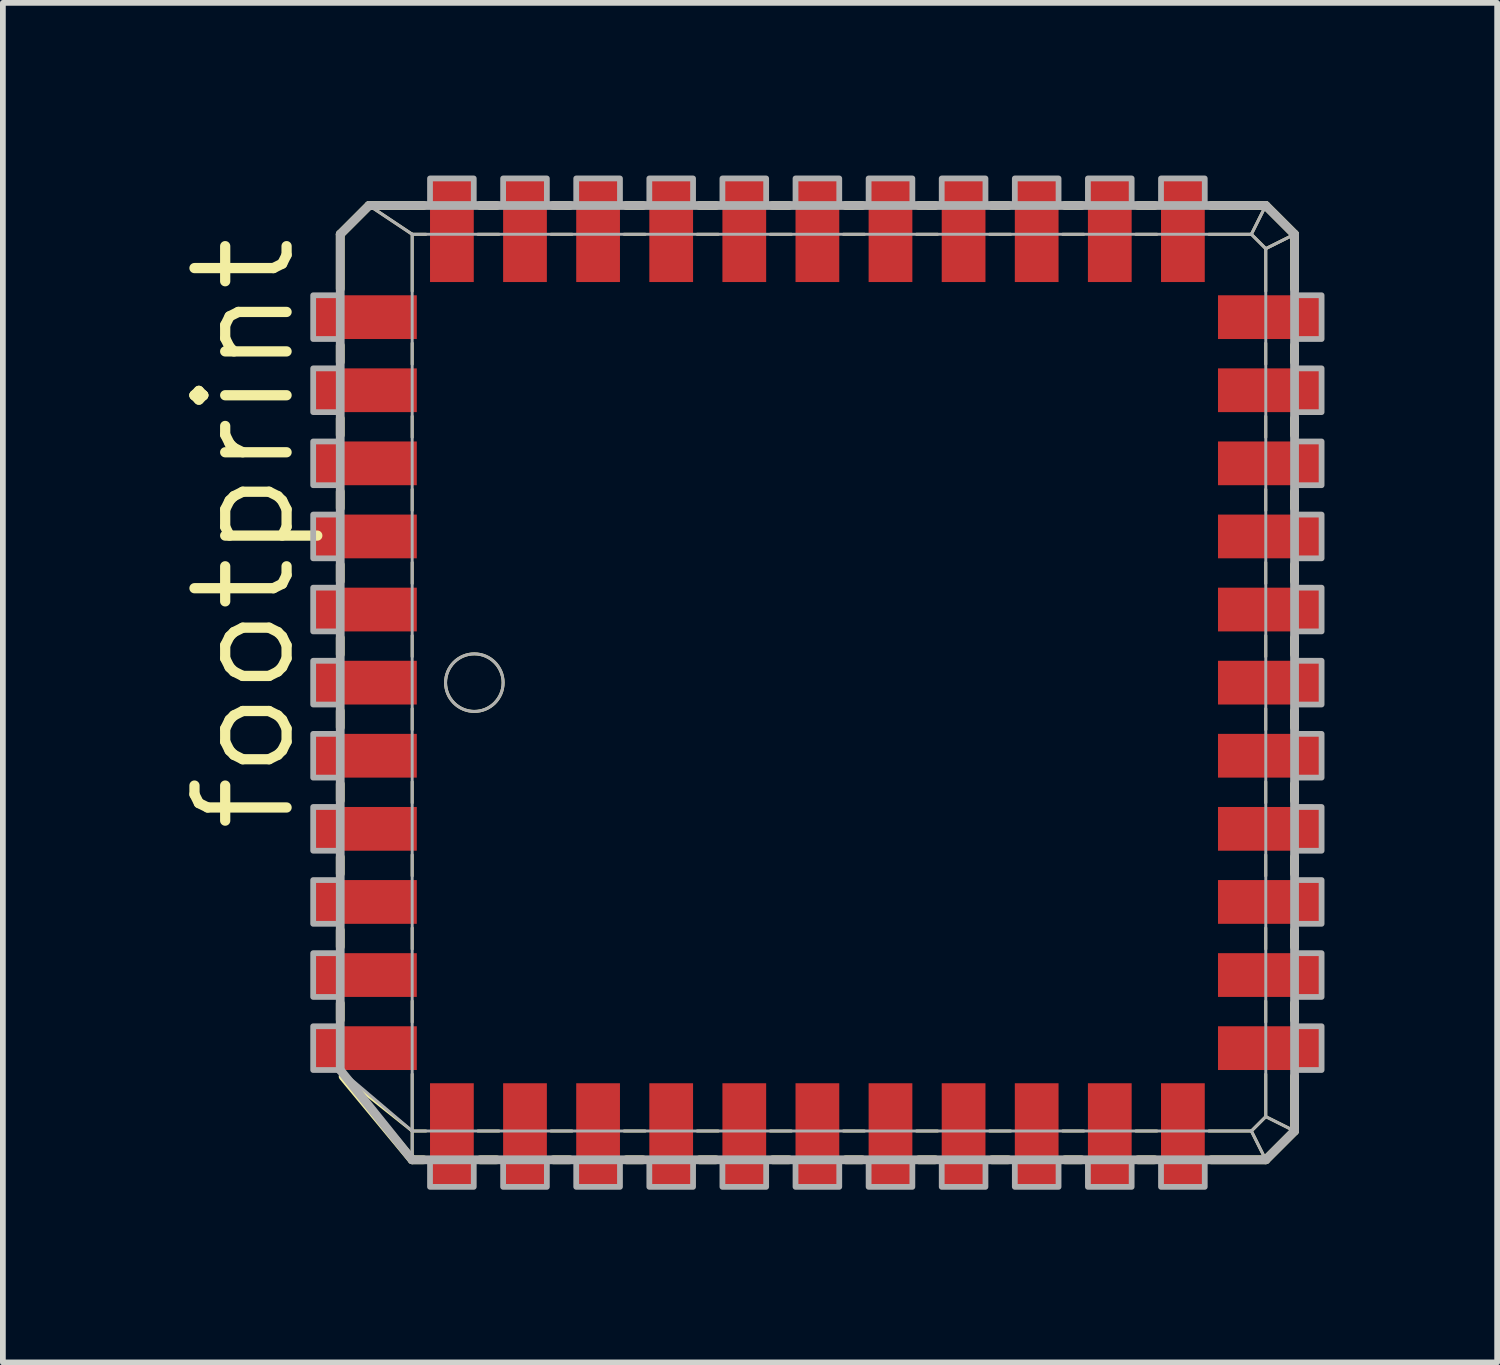
<source format=kicad_pcb>
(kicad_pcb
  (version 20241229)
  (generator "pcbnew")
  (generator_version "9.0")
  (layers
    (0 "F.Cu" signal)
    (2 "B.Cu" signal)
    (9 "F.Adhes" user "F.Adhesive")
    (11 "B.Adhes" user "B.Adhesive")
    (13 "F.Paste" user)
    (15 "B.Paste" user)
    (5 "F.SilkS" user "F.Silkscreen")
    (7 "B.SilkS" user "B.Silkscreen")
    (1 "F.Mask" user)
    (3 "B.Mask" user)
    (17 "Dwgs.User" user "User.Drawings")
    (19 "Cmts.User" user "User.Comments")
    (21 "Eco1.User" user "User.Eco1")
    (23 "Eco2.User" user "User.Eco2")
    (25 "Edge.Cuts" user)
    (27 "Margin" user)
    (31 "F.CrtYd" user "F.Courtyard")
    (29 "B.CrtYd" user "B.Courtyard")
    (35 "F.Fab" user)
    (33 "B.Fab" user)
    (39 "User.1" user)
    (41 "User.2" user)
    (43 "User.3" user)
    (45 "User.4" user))
  (footprint "footprint"
    (layer "F.Cu")
    (at 11.151 8.81)
    (property "Reference" "footprint" (at -9.017 2.667 90) (layer "F.SilkS") (effects (font (size 1.6 1.6) (thickness 0.178)) (justify left bottom)))
    (fp_line (start -8.29 -7.79) (end -7.79 -8.29) (stroke (width 0.152) (type solid)) (layer "F.SilkS"))
    (fp_line (start -8.29 -6.841) (end -8.29 -7.79) (stroke (width 0.152) (type solid)) (layer "F.SilkS"))
    (fp_line (start -8.29 -5.571) (end -8.29 -5.859) (stroke (width 0.152) (type solid)) (layer "F.SilkS"))
    (fp_line (start -8.29 -4.301) (end -8.29 -4.589) (stroke (width 0.152) (type solid)) (layer "F.SilkS"))
    (fp_line (start -8.29 -3.031) (end -8.29 -3.319) (stroke (width 0.152) (type solid)) (layer "F.SilkS"))
    (fp_line (start -8.29 -1.761) (end -8.29 -2.049) (stroke (width 0.152) (type solid)) (layer "F.SilkS"))
    (fp_line (start -8.29 -0.491) (end -8.29 -0.779) (stroke (width 0.152) (type solid)) (layer "F.SilkS"))
    (fp_line (start -8.29 0.779) (end -8.29 0.491) (stroke (width 0.152) (type solid)) (layer "F.SilkS"))
    (fp_line (start -8.29 2.049) (end -8.29 1.761) (stroke (width 0.152) (type solid)) (layer "F.SilkS"))
    (fp_line (start -8.29 3.319) (end -8.29 3.031) (stroke (width 0.152) (type solid)) (layer "F.SilkS"))
    (fp_line (start -8.29 4.589) (end -8.29 4.301) (stroke (width 0.152) (type solid)) (layer "F.SilkS"))
    (fp_line (start -8.29 5.859) (end -8.29 5.571) (stroke (width 0.152) (type solid)) (layer "F.SilkS"))
    (fp_line (start -7.79 -8.29) (end -7.04 -7.79) (stroke (width 0.051) (type solid)) (layer "F.SilkS"))
    (fp_line (start -7.79 -8.29) (end -6.841 -8.29) (stroke (width 0.152) (type solid)) (layer "F.SilkS"))
    (fp_line (start -7.04 -7.79) (end -6.801 -7.79) (stroke (width 0.051) (type solid)) (layer "F.SilkS"))
    (fp_line (start -7.04 -6.801) (end -7.04 -7.79) (stroke (width 0.051) (type solid)) (layer "F.SilkS"))
    (fp_line (start -7.04 -5.531) (end -7.04 -5.899) (stroke (width 0.051) (type solid)) (layer "F.SilkS"))
    (fp_line (start -7.04 -4.261) (end -7.04 -4.629) (stroke (width 0.051) (type solid)) (layer "F.SilkS"))
    (fp_line (start -7.04 -2.991) (end -7.04 -3.359) (stroke (width 0.051) (type solid)) (layer "F.SilkS"))
    (fp_line (start -7.04 -1.721) (end -7.04 -2.089) (stroke (width 0.051) (type solid)) (layer "F.SilkS"))
    (fp_line (start -7.04 -0.451) (end -7.04 -0.819) (stroke (width 0.051) (type solid)) (layer "F.SilkS"))
    (fp_line (start -7.04 0.819) (end -7.04 0.451) (stroke (width 0.051) (type solid)) (layer "F.SilkS"))
    (fp_line (start -7.04 2.089) (end -7.04 1.721) (stroke (width 0.051) (type solid)) (layer "F.SilkS"))
    (fp_line (start -7.04 3.359) (end -7.04 2.991) (stroke (width 0.051) (type solid)) (layer "F.SilkS"))
    (fp_line (start -7.04 4.629) (end -7.04 4.261) (stroke (width 0.051) (type solid)) (layer "F.SilkS"))
    (fp_line (start -7.04 5.899) (end -7.04 5.531) (stroke (width 0.051) (type solid)) (layer "F.SilkS"))
    (fp_line (start -7.04 7.79) (end -8.219 6.852) (stroke (width 0.051) (type solid)) (layer "F.SilkS"))
    (fp_line (start -7.04 7.79) (end -7.04 6.801) (stroke (width 0.051) (type solid)) (layer "F.SilkS"))
    (fp_line (start -7.04 8.29) (end -8.24 6.841) (stroke (width 0.152) (type solid)) (layer "F.SilkS"))
    (fp_line (start -7.04 8.29) (end -7.04 7.79) (stroke (width 0.051) (type solid)) (layer "F.SilkS"))
    (fp_line (start -6.841 8.29) (end -7.04 8.29) (stroke (width 0.152) (type solid)) (layer "F.SilkS"))
    (fp_line (start -6.801 7.79) (end -7.04 7.79) (stroke (width 0.051) (type solid)) (layer "F.SilkS"))
    (fp_line (start -5.899 -7.79) (end -5.531 -7.79) (stroke (width 0.051) (type solid)) (layer "F.SilkS"))
    (fp_line (start -5.859 -8.29) (end -5.571 -8.29) (stroke (width 0.152) (type solid)) (layer "F.SilkS"))
    (fp_line (start -5.571 8.29) (end -5.859 8.29) (stroke (width 0.152) (type solid)) (layer "F.SilkS"))
    (fp_line (start -5.531 7.79) (end -5.899 7.79) (stroke (width 0.051) (type solid)) (layer "F.SilkS"))
    (fp_line (start -4.629 -7.79) (end -4.261 -7.79) (stroke (width 0.051) (type solid)) (layer "F.SilkS"))
    (fp_line (start -4.589 -8.29) (end -4.301 -8.29) (stroke (width 0.152) (type solid)) (layer "F.SilkS"))
    (fp_line (start -4.301 8.29) (end -4.589 8.29) (stroke (width 0.152) (type solid)) (layer "F.SilkS"))
    (fp_line (start -4.261 7.79) (end -4.629 7.79) (stroke (width 0.051) (type solid)) (layer "F.SilkS"))
    (fp_line (start -3.359 -7.79) (end -2.991 -7.79) (stroke (width 0.051) (type solid)) (layer "F.SilkS"))
    (fp_line (start -3.319 -8.29) (end -3.031 -8.29) (stroke (width 0.152) (type solid)) (layer "F.SilkS"))
    (fp_line (start -3.031 8.29) (end -3.319 8.29) (stroke (width 0.152) (type solid)) (layer "F.SilkS"))
    (fp_line (start -2.991 7.79) (end -3.359 7.79) (stroke (width 0.051) (type solid)) (layer "F.SilkS"))
    (fp_line (start -2.089 -7.79) (end -1.721 -7.79) (stroke (width 0.051) (type solid)) (layer "F.SilkS"))
    (fp_line (start -2.049 -8.29) (end -1.761 -8.29) (stroke (width 0.152) (type solid)) (layer "F.SilkS"))
    (fp_line (start -1.761 8.29) (end -2.049 8.29) (stroke (width 0.152) (type solid)) (layer "F.SilkS"))
    (fp_line (start -1.721 7.79) (end -2.089 7.79) (stroke (width 0.051) (type solid)) (layer "F.SilkS"))
    (fp_line (start -0.819 -7.79) (end -0.451 -7.79) (stroke (width 0.051) (type solid)) (layer "F.SilkS"))
    (fp_line (start -0.779 -8.29) (end -0.491 -8.29) (stroke (width 0.152) (type solid)) (layer "F.SilkS"))
    (fp_line (start -0.491 8.29) (end -0.779 8.29) (stroke (width 0.152) (type solid)) (layer "F.SilkS"))
    (fp_line (start -0.451 7.79) (end -0.819 7.79) (stroke (width 0.051) (type solid)) (layer "F.SilkS"))
    (fp_line (start 0.451 -7.79) (end 0.819 -7.79) (stroke (width 0.051) (type solid)) (layer "F.SilkS"))
    (fp_line (start 0.491 -8.29) (end 0.779 -8.29) (stroke (width 0.152) (type solid)) (layer "F.SilkS"))
    (fp_line (start 0.779 8.29) (end 0.491 8.29) (stroke (width 0.152) (type solid)) (layer "F.SilkS"))
    (fp_line (start 0.819 7.79) (end 0.451 7.79) (stroke (width 0.051) (type solid)) (layer "F.SilkS"))
    (fp_line (start 1.721 -7.79) (end 2.089 -7.79) (stroke (width 0.051) (type solid)) (layer "F.SilkS"))
    (fp_line (start 1.761 -8.29) (end 2.049 -8.29) (stroke (width 0.152) (type solid)) (layer "F.SilkS"))
    (fp_line (start 2.049 8.29) (end 1.761 8.29) (stroke (width 0.152) (type solid)) (layer "F.SilkS"))
    (fp_line (start 2.089 7.79) (end 1.721 7.79) (stroke (width 0.051) (type solid)) (layer "F.SilkS"))
    (fp_line (start 2.991 -7.79) (end 3.359 -7.79) (stroke (width 0.051) (type solid)) (layer "F.SilkS"))
    (fp_line (start 3.031 -8.29) (end 3.319 -8.29) (stroke (width 0.152) (type solid)) (layer "F.SilkS"))
    (fp_line (start 3.319 8.29) (end 3.031 8.29) (stroke (width 0.152) (type solid)) (layer "F.SilkS"))
    (fp_line (start 3.359 7.79) (end 2.991 7.79) (stroke (width 0.051) (type solid)) (layer "F.SilkS"))
    (fp_line (start 4.261 -7.79) (end 4.629 -7.79) (stroke (width 0.051) (type solid)) (layer "F.SilkS"))
    (fp_line (start 4.301 -8.29) (end 4.589 -8.29) (stroke (width 0.152) (type solid)) (layer "F.SilkS"))
    (fp_line (start 4.589 8.29) (end 4.301 8.29) (stroke (width 0.152) (type solid)) (layer "F.SilkS"))
    (fp_line (start 4.629 7.79) (end 4.261 7.79) (stroke (width 0.051) (type solid)) (layer "F.SilkS"))
    (fp_line (start 5.531 -7.79) (end 5.899 -7.79) (stroke (width 0.051) (type solid)) (layer "F.SilkS"))
    (fp_line (start 5.571 -8.29) (end 5.859 -8.29) (stroke (width 0.152) (type solid)) (layer "F.SilkS"))
    (fp_line (start 5.859 8.29) (end 5.571 8.29) (stroke (width 0.152) (type solid)) (layer "F.SilkS"))
    (fp_line (start 5.899 7.79) (end 5.531 7.79) (stroke (width 0.051) (type solid)) (layer "F.SilkS"))
    (fp_line (start 6.801 -7.79) (end 7.54 -7.79) (stroke (width 0.051) (type solid)) (layer "F.SilkS"))
    (fp_line (start 6.841 -8.29) (end 7.79 -8.29) (stroke (width 0.152) (type solid)) (layer "F.SilkS"))
    (fp_line (start 7.54 -7.79) (end 7.79 -8.29) (stroke (width 0.051) (type solid)) (layer "F.SilkS"))
    (fp_line (start 7.54 -7.79) (end 7.79 -7.54) (stroke (width 0.051) (type solid)) (layer "F.SilkS"))
    (fp_line (start 7.54 7.79) (end 6.801 7.79) (stroke (width 0.051) (type solid)) (layer "F.SilkS"))
    (fp_line (start 7.79 -8.29) (end 8.29 -7.79) (stroke (width 0.152) (type solid)) (layer "F.SilkS"))
    (fp_line (start 7.79 -7.54) (end 7.79 -6.801) (stroke (width 0.051) (type solid)) (layer "F.SilkS"))
    (fp_line (start 7.79 -7.54) (end 8.29 -7.79) (stroke (width 0.051) (type solid)) (layer "F.SilkS"))
    (fp_line (start 7.79 -5.899) (end 7.79 -5.531) (stroke (width 0.051) (type solid)) (layer "F.SilkS"))
    (fp_line (start 7.79 -4.629) (end 7.79 -4.261) (stroke (width 0.051) (type solid)) (layer "F.SilkS"))
    (fp_line (start 7.79 -3.359) (end 7.79 -2.991) (stroke (width 0.051) (type solid)) (layer "F.SilkS"))
    (fp_line (start 7.79 -2.089) (end 7.79 -1.721) (stroke (width 0.051) (type solid)) (layer "F.SilkS"))
    (fp_line (start 7.79 -0.819) (end 7.79 -0.451) (stroke (width 0.051) (type solid)) (layer "F.SilkS"))
    (fp_line (start 7.79 0.451) (end 7.79 0.819) (stroke (width 0.051) (type solid)) (layer "F.SilkS"))
    (fp_line (start 7.79 1.721) (end 7.79 2.089) (stroke (width 0.051) (type solid)) (layer "F.SilkS"))
    (fp_line (start 7.79 2.991) (end 7.79 3.359) (stroke (width 0.051) (type solid)) (layer "F.SilkS"))
    (fp_line (start 7.79 4.261) (end 7.79 4.629) (stroke (width 0.051) (type solid)) (layer "F.SilkS"))
    (fp_line (start 7.79 5.531) (end 7.79 5.899) (stroke (width 0.051) (type solid)) (layer "F.SilkS"))
    (fp_line (start 7.79 6.801) (end 7.79 7.54) (stroke (width 0.051) (type solid)) (layer "F.SilkS"))
    (fp_line (start 7.79 7.54) (end 7.54 7.79) (stroke (width 0.051) (type solid)) (layer "F.SilkS"))
    (fp_line (start 7.79 8.29) (end 6.841 8.29) (stroke (width 0.152) (type solid)) (layer "F.SilkS"))
    (fp_line (start 7.79 8.29) (end 7.54 7.79) (stroke (width 0.051) (type solid)) (layer "F.SilkS"))
    (fp_line (start 8.29 -7.79) (end 8.29 -6.841) (stroke (width 0.152) (type solid)) (layer "F.SilkS"))
    (fp_line (start 8.29 -5.859) (end 8.29 -5.571) (stroke (width 0.152) (type solid)) (layer "F.SilkS"))
    (fp_line (start 8.29 -4.589) (end 8.29 -4.301) (stroke (width 0.152) (type solid)) (layer "F.SilkS"))
    (fp_line (start 8.29 -3.319) (end 8.29 -3.031) (stroke (width 0.152) (type solid)) (layer "F.SilkS"))
    (fp_line (start 8.29 -2.049) (end 8.29 -1.761) (stroke (width 0.152) (type solid)) (layer "F.SilkS"))
    (fp_line (start 8.29 -0.779) (end 8.29 -0.491) (stroke (width 0.152) (type solid)) (layer "F.SilkS"))
    (fp_line (start 8.29 0.491) (end 8.29 0.779) (stroke (width 0.152) (type solid)) (layer "F.SilkS"))
    (fp_line (start 8.29 1.761) (end 8.29 2.049) (stroke (width 0.152) (type solid)) (layer "F.SilkS"))
    (fp_line (start 8.29 3.031) (end 8.29 3.319) (stroke (width 0.152) (type solid)) (layer "F.SilkS"))
    (fp_line (start 8.29 4.301) (end 8.29 4.589) (stroke (width 0.152) (type solid)) (layer "F.SilkS"))
    (fp_line (start 8.29 5.571) (end 8.29 5.859) (stroke (width 0.152) (type solid)) (layer "F.SilkS"))
    (fp_line (start 8.29 6.841) (end 8.29 7.79) (stroke (width 0.152) (type solid)) (layer "F.SilkS"))
    (fp_line (start 8.29 7.79) (end 7.79 7.54) (stroke (width 0.051) (type solid)) (layer "F.SilkS"))
    (fp_line (start 8.29 7.79) (end 7.79 8.29) (stroke (width 0.152) (type solid)) (layer "F.SilkS"))
    (fp_circle (center -5.96 0) (end -5.46 0) (stroke (width 0.051) (type solid)) (fill no) (layer "F.SilkS"))
    (fp_line (start -8.29 -7.79) (end -7.79 -8.29) (stroke (width 0.152) (type solid)) (layer "F.Fab"))
    (fp_line (start -8.29 6.73) (end -8.29 -7.79) (stroke (width 0.152) (type solid)) (layer "F.Fab"))
    (fp_line (start -7.79 -8.29) (end -7.04 -7.79) (stroke (width 0.051) (type solid)) (layer "F.Fab"))
    (fp_line (start -7.79 -8.29) (end 7.79 -8.29) (stroke (width 0.152) (type solid)) (layer "F.Fab"))
    (fp_line (start -7.04 -7.79) (end 7.54 -7.79) (stroke (width 0.051) (type solid)) (layer "F.Fab"))
    (fp_line (start -7.04 7.79) (end -8.29 6.73) (stroke (width 0.051) (type solid)) (layer "F.Fab"))
    (fp_line (start -7.04 7.79) (end -7.04 -7.79) (stroke (width 0.051) (type solid)) (layer "F.Fab"))
    (fp_line (start -7.04 8.29) (end -8.29 6.73) (stroke (width 0.152) (type solid)) (layer "F.Fab"))
    (fp_line (start -7.04 8.29) (end -7.04 7.79) (stroke (width 0.051) (type solid)) (layer "F.Fab"))
    (fp_line (start 7.54 -7.79) (end 7.79 -8.29) (stroke (width 0.051) (type solid)) (layer "F.Fab"))
    (fp_line (start 7.54 -7.79) (end 7.79 -7.54) (stroke (width 0.051) (type solid)) (layer "F.Fab"))
    (fp_line (start 7.54 7.79) (end -7.04 7.79) (stroke (width 0.051) (type solid)) (layer "F.Fab"))
    (fp_line (start 7.79 -8.29) (end 8.29 -7.79) (stroke (width 0.152) (type solid)) (layer "F.Fab"))
    (fp_line (start 7.79 -7.54) (end 7.79 7.54) (stroke (width 0.051) (type solid)) (layer "F.Fab"))
    (fp_line (start 7.79 -7.54) (end 8.29 -7.79) (stroke (width 0.051) (type solid)) (layer "F.Fab"))
    (fp_line (start 7.79 7.54) (end 7.54 7.79) (stroke (width 0.051) (type solid)) (layer "F.Fab"))
    (fp_line (start 7.79 8.29) (end -7.04 8.29) (stroke (width 0.152) (type solid)) (layer "F.Fab"))
    (fp_line (start 7.79 8.29) (end 7.54 7.79) (stroke (width 0.051) (type solid)) (layer "F.Fab"))
    (fp_line (start 8.29 -7.79) (end 8.29 7.79) (stroke (width 0.152) (type solid)) (layer "F.Fab"))
    (fp_line (start 8.29 7.79) (end 7.79 7.54) (stroke (width 0.051) (type solid)) (layer "F.Fab"))
    (fp_line (start 8.29 7.79) (end 7.79 8.29) (stroke (width 0.152) (type solid)) (layer "F.Fab"))
    (fp_circle (center -5.96 0) (end -5.46 0) (stroke (width 0.051) (type solid)) (fill no) (layer "F.Fab"))
    (fp_poly (pts (xy -8.76 -5.97) (xy -8.29 -5.97) (xy -8.29 -6.73) (xy -8.76 -6.73)) (stroke (width 0.1) (type solid)) (fill no) (layer "F.Fab"))
    (fp_poly (pts (xy -8.76 -4.7) (xy -8.29 -4.7) (xy -8.29 -5.46) (xy -8.76 -5.46)) (stroke (width 0.1) (type solid)) (fill no) (layer "F.Fab"))
    (fp_poly (pts (xy -8.76 -3.43) (xy -8.29 -3.43) (xy -8.29 -4.19) (xy -8.76 -4.19)) (stroke (width 0.1) (type solid)) (fill no) (layer "F.Fab"))
    (fp_poly (pts (xy -8.76 -2.16) (xy -8.29 -2.16) (xy -8.29 -2.92) (xy -8.76 -2.92)) (stroke (width 0.1) (type solid)) (fill no) (layer "F.Fab"))
    (fp_poly (pts (xy -8.76 -0.89) (xy -8.29 -0.89) (xy -8.29 -1.65) (xy -8.76 -1.65)) (stroke (width 0.1) (type solid)) (fill no) (layer "F.Fab"))
    (fp_poly (pts (xy -8.76 0.38) (xy -8.29 0.38) (xy -8.29 -0.38) (xy -8.76 -0.38)) (stroke (width 0.1) (type solid)) (fill no) (layer "F.Fab"))
    (fp_poly (pts (xy -8.76 1.65) (xy -8.29 1.65) (xy -8.29 0.89) (xy -8.76 0.89)) (stroke (width 0.1) (type solid)) (fill no) (layer "F.Fab"))
    (fp_poly (pts (xy -8.76 2.92) (xy -8.29 2.92) (xy -8.29 2.16) (xy -8.76 2.16)) (stroke (width 0.1) (type solid)) (fill no) (layer "F.Fab"))
    (fp_poly (pts (xy -8.76 4.19) (xy -8.29 4.19) (xy -8.29 3.43) (xy -8.76 3.43)) (stroke (width 0.1) (type solid)) (fill no) (layer "F.Fab"))
    (fp_poly (pts (xy -8.76 5.46) (xy -8.29 5.46) (xy -8.29 4.7) (xy -8.76 4.7)) (stroke (width 0.1) (type solid)) (fill no) (layer "F.Fab"))
    (fp_poly (pts (xy -8.76 6.73) (xy -8.29 6.73) (xy -8.29 5.97) (xy -8.76 5.97)) (stroke (width 0.1) (type solid)) (fill no) (layer "F.Fab"))
    (fp_poly (pts (xy -6.73 -8.29) (xy -5.97 -8.29) (xy -5.97 -8.76) (xy -6.73 -8.76)) (stroke (width 0.1) (type solid)) (fill no) (layer "F.Fab"))
    (fp_poly (pts (xy -6.73 8.76) (xy -5.97 8.76) (xy -5.97 8.29) (xy -6.73 8.29)) (stroke (width 0.1) (type solid)) (fill no) (layer "F.Fab"))
    (fp_poly (pts (xy -5.46 -8.29) (xy -4.7 -8.29) (xy -4.7 -8.76) (xy -5.46 -8.76)) (stroke (width 0.1) (type solid)) (fill no) (layer "F.Fab"))
    (fp_poly (pts (xy -5.46 8.76) (xy -4.7 8.76) (xy -4.7 8.29) (xy -5.46 8.29)) (stroke (width 0.1) (type solid)) (fill no) (layer "F.Fab"))
    (fp_poly (pts (xy -4.19 -8.29) (xy -3.43 -8.29) (xy -3.43 -8.76) (xy -4.19 -8.76)) (stroke (width 0.1) (type solid)) (fill no) (layer "F.Fab"))
    (fp_poly (pts (xy -4.19 8.76) (xy -3.43 8.76) (xy -3.43 8.29) (xy -4.19 8.29)) (stroke (width 0.1) (type solid)) (fill no) (layer "F.Fab"))
    (fp_poly (pts (xy -2.92 -8.29) (xy -2.16 -8.29) (xy -2.16 -8.76) (xy -2.92 -8.76)) (stroke (width 0.1) (type solid)) (fill no) (layer "F.Fab"))
    (fp_poly (pts (xy -2.92 8.76) (xy -2.16 8.76) (xy -2.16 8.29) (xy -2.92 8.29)) (stroke (width 0.1) (type solid)) (fill no) (layer "F.Fab"))
    (fp_poly (pts (xy -1.65 -8.29) (xy -0.89 -8.29) (xy -0.89 -8.76) (xy -1.65 -8.76)) (stroke (width 0.1) (type solid)) (fill no) (layer "F.Fab"))
    (fp_poly (pts (xy -1.65 8.76) (xy -0.89 8.76) (xy -0.89 8.29) (xy -1.65 8.29)) (stroke (width 0.1) (type solid)) (fill no) (layer "F.Fab"))
    (fp_poly (pts (xy -0.38 -8.29) (xy 0.38 -8.29) (xy 0.38 -8.76) (xy -0.38 -8.76)) (stroke (width 0.1) (type solid)) (fill no) (layer "F.Fab"))
    (fp_poly (pts (xy -0.38 8.76) (xy 0.38 8.76) (xy 0.38 8.29) (xy -0.38 8.29)) (stroke (width 0.1) (type solid)) (fill no) (layer "F.Fab"))
    (fp_poly (pts (xy 0.89 -8.29) (xy 1.65 -8.29) (xy 1.65 -8.76) (xy 0.89 -8.76)) (stroke (width 0.1) (type solid)) (fill no) (layer "F.Fab"))
    (fp_poly (pts (xy 0.89 8.76) (xy 1.65 8.76) (xy 1.65 8.29) (xy 0.89 8.29)) (stroke (width 0.1) (type solid)) (fill no) (layer "F.Fab"))
    (fp_poly (pts (xy 2.16 -8.29) (xy 2.92 -8.29) (xy 2.92 -8.76) (xy 2.16 -8.76)) (stroke (width 0.1) (type solid)) (fill no) (layer "F.Fab"))
    (fp_poly (pts (xy 2.16 8.76) (xy 2.92 8.76) (xy 2.92 8.29) (xy 2.16 8.29)) (stroke (width 0.1) (type solid)) (fill no) (layer "F.Fab"))
    (fp_poly (pts (xy 3.43 -8.29) (xy 4.19 -8.29) (xy 4.19 -8.76) (xy 3.43 -8.76)) (stroke (width 0.1) (type solid)) (fill no) (layer "F.Fab"))
    (fp_poly (pts (xy 3.43 8.76) (xy 4.19 8.76) (xy 4.19 8.29) (xy 3.43 8.29)) (stroke (width 0.1) (type solid)) (fill no) (layer "F.Fab"))
    (fp_poly (pts (xy 4.7 -8.29) (xy 5.46 -8.29) (xy 5.46 -8.76) (xy 4.7 -8.76)) (stroke (width 0.1) (type solid)) (fill no) (layer "F.Fab"))
    (fp_poly (pts (xy 4.7 8.76) (xy 5.46 8.76) (xy 5.46 8.29) (xy 4.7 8.29)) (stroke (width 0.1) (type solid)) (fill no) (layer "F.Fab"))
    (fp_poly (pts (xy 5.97 -8.29) (xy 6.73 -8.29) (xy 6.73 -8.76) (xy 5.97 -8.76)) (stroke (width 0.1) (type solid)) (fill no) (layer "F.Fab"))
    (fp_poly (pts (xy 5.97 8.76) (xy 6.73 8.76) (xy 6.73 8.29) (xy 5.97 8.29)) (stroke (width 0.1) (type solid)) (fill no) (layer "F.Fab"))
    (fp_poly (pts (xy 8.29 -5.97) (xy 8.76 -5.97) (xy 8.76 -6.73) (xy 8.29 -6.73)) (stroke (width 0.1) (type solid)) (fill no) (layer "F.Fab"))
    (fp_poly (pts (xy 8.29 -4.7) (xy 8.76 -4.7) (xy 8.76 -5.46) (xy 8.29 -5.46)) (stroke (width 0.1) (type solid)) (fill no) (layer "F.Fab"))
    (fp_poly (pts (xy 8.29 -3.43) (xy 8.76 -3.43) (xy 8.76 -4.19) (xy 8.29 -4.19)) (stroke (width 0.1) (type solid)) (fill no) (layer "F.Fab"))
    (fp_poly (pts (xy 8.29 -2.16) (xy 8.76 -2.16) (xy 8.76 -2.92) (xy 8.29 -2.92)) (stroke (width 0.1) (type solid)) (fill no) (layer "F.Fab"))
    (fp_poly (pts (xy 8.29 -0.89) (xy 8.76 -0.89) (xy 8.76 -1.65) (xy 8.29 -1.65)) (stroke (width 0.1) (type solid)) (fill no) (layer "F.Fab"))
    (fp_poly (pts (xy 8.29 0.38) (xy 8.76 0.38) (xy 8.76 -0.38) (xy 8.29 -0.38)) (stroke (width 0.1) (type solid)) (fill no) (layer "F.Fab"))
    (fp_poly (pts (xy 8.29 1.65) (xy 8.76 1.65) (xy 8.76 0.89) (xy 8.29 0.89)) (stroke (width 0.1) (type solid)) (fill no) (layer "F.Fab"))
    (fp_poly (pts (xy 8.29 2.92) (xy 8.76 2.92) (xy 8.76 2.16) (xy 8.29 2.16)) (stroke (width 0.1) (type solid)) (fill no) (layer "F.Fab"))
    (fp_poly (pts (xy 8.29 4.19) (xy 8.76 4.19) (xy 8.76 3.43) (xy 8.29 3.43)) (stroke (width 0.1) (type solid)) (fill no) (layer "F.Fab"))
    (fp_poly (pts (xy 8.29 5.46) (xy 8.76 5.46) (xy 8.76 4.7) (xy 8.29 4.7)) (stroke (width 0.1) (type solid)) (fill no) (layer "F.Fab"))
    (fp_poly (pts (xy 8.29 6.73) (xy 8.76 6.73) (xy 8.76 5.97) (xy 8.29 5.97)) (stroke (width 0.1) (type solid)) (fill no) (layer "F.Fab"))
    (pad "1" smd rect (at -7.86 0) (size 1.8 0.76) (layers "F.Cu" "F.Mask" "F.Paste"))
    (pad "2" smd rect (at -7.86 1.27) (size 1.8 0.76) (layers "F.Cu" "F.Mask" "F.Paste"))
    (pad "3" smd rect (at -7.86 2.54) (size 1.8 0.76) (layers "F.Cu" "F.Mask" "F.Paste"))
    (pad "4" smd rect (at -7.86 3.81) (size 1.8 0.76) (layers "F.Cu" "F.Mask" "F.Paste"))
    (pad "5" smd rect (at -7.86 5.08) (size 1.8 0.76) (layers "F.Cu" "F.Mask" "F.Paste"))
    (pad "6" smd rect (at -7.86 6.35) (size 1.8 0.76) (layers "F.Cu" "F.Mask" "F.Paste"))
    (pad "7" smd rect (at -6.35 7.86) (size 0.76 1.8) (layers "F.Cu" "F.Mask" "F.Paste"))
    (pad "8" smd rect (at -5.08 7.86) (size 0.76 1.8) (layers "F.Cu" "F.Mask" "F.Paste"))
    (pad "9" smd rect (at -3.81 7.86) (size 0.76 1.8) (layers "F.Cu" "F.Mask" "F.Paste"))
    (pad "10" smd rect (at -2.54 7.86) (size 0.76 1.8) (layers "F.Cu" "F.Mask" "F.Paste"))
    (pad "11" smd rect (at -1.27 7.86) (size 0.76 1.8) (layers "F.Cu" "F.Mask" "F.Paste"))
    (pad "12" smd rect (at 0 7.86) (size 0.76 1.8) (layers "F.Cu" "F.Mask" "F.Paste"))
    (pad "13" smd rect (at 1.27 7.86) (size 0.76 1.8) (layers "F.Cu" "F.Mask" "F.Paste"))
    (pad "14" smd rect (at 2.54 7.86) (size 0.76 1.8) (layers "F.Cu" "F.Mask" "F.Paste"))
    (pad "15" smd rect (at 3.81 7.86) (size 0.76 1.8) (layers "F.Cu" "F.Mask" "F.Paste"))
    (pad "16" smd rect (at 5.08 7.86) (size 0.76 1.8) (layers "F.Cu" "F.Mask" "F.Paste"))
    (pad "17" smd rect (at 6.35 7.86) (size 0.76 1.8) (layers "F.Cu" "F.Mask" "F.Paste"))
    (pad "18" smd rect (at 7.86 6.35) (size 1.8 0.76) (layers "F.Cu" "F.Mask" "F.Paste"))
    (pad "19" smd rect (at 7.86 5.08) (size 1.8 0.76) (layers "F.Cu" "F.Mask" "F.Paste"))
    (pad "20" smd rect (at 7.86 3.81) (size 1.8 0.76) (layers "F.Cu" "F.Mask" "F.Paste"))
    (pad "21" smd rect (at 7.86 2.54) (size 1.8 0.76) (layers "F.Cu" "F.Mask" "F.Paste"))
    (pad "22" smd rect (at 7.86 1.27) (size 1.8 0.76) (layers "F.Cu" "F.Mask" "F.Paste"))
    (pad "23" smd rect (at 7.86 0) (size 1.8 0.76) (layers "F.Cu" "F.Mask" "F.Paste"))
    (pad "24" smd rect (at 7.86 -1.27) (size 1.8 0.76) (layers "F.Cu" "F.Mask" "F.Paste"))
    (pad "25" smd rect (at 7.86 -2.54) (size 1.8 0.76) (layers "F.Cu" "F.Mask" "F.Paste"))
    (pad "26" smd rect (at 7.86 -3.81) (size 1.8 0.76) (layers "F.Cu" "F.Mask" "F.Paste"))
    (pad "27" smd rect (at 7.86 -5.08) (size 1.8 0.76) (layers "F.Cu" "F.Mask" "F.Paste"))
    (pad "28" smd rect (at 7.86 -6.35) (size 1.8 0.76) (layers "F.Cu" "F.Mask" "F.Paste"))
    (pad "29" smd rect (at 6.35 -7.86) (size 0.76 1.8) (layers "F.Cu" "F.Mask" "F.Paste"))
    (pad "30" smd rect (at 5.08 -7.86) (size 0.76 1.8) (layers "F.Cu" "F.Mask" "F.Paste"))
    (pad "31" smd rect (at 3.81 -7.86) (size 0.76 1.8) (layers "F.Cu" "F.Mask" "F.Paste"))
    (pad "32" smd rect (at 2.54 -7.86) (size 0.76 1.8) (layers "F.Cu" "F.Mask" "F.Paste"))
    (pad "33" smd rect (at 1.27 -7.86) (size 0.76 1.8) (layers "F.Cu" "F.Mask" "F.Paste"))
    (pad "34" smd rect (at 0 -7.86) (size 0.76 1.8) (layers "F.Cu" "F.Mask" "F.Paste"))
    (pad "35" smd rect (at -1.27 -7.86) (size 0.76 1.8) (layers "F.Cu" "F.Mask" "F.Paste"))
    (pad "36" smd rect (at -2.54 -7.86) (size 0.76 1.8) (layers "F.Cu" "F.Mask" "F.Paste"))
    (pad "37" smd rect (at -3.81 -7.86) (size 0.76 1.8) (layers "F.Cu" "F.Mask" "F.Paste"))
    (pad "38" smd rect (at -5.08 -7.86) (size 0.76 1.8) (layers "F.Cu" "F.Mask" "F.Paste"))
    (pad "39" smd rect (at -6.35 -7.86) (size 0.76 1.8) (layers "F.Cu" "F.Mask" "F.Paste"))
    (pad "40" smd rect (at -7.86 -6.35) (size 1.8 0.76) (layers "F.Cu" "F.Mask" "F.Paste"))
    (pad "41" smd rect (at -7.86 -5.08) (size 1.8 0.76) (layers "F.Cu" "F.Mask" "F.Paste"))
    (pad "42" smd rect (at -7.86 -3.81) (size 1.8 0.76) (layers "F.Cu" "F.Mask" "F.Paste"))
    (pad "43" smd rect (at -7.86 -2.54) (size 1.8 0.76) (layers "F.Cu" "F.Mask" "F.Paste"))
    (pad "44" smd rect (at -7.86 -1.27) (size 1.8 0.76) (layers "F.Cu" "F.Mask" "F.Paste")))
  (gr_rect
    (start -3 -3)
    (end 22.961 20.62)
    (stroke (width 0.1) (type default))
    (fill no)
    (layer "Edge.Cuts")))
</source>
